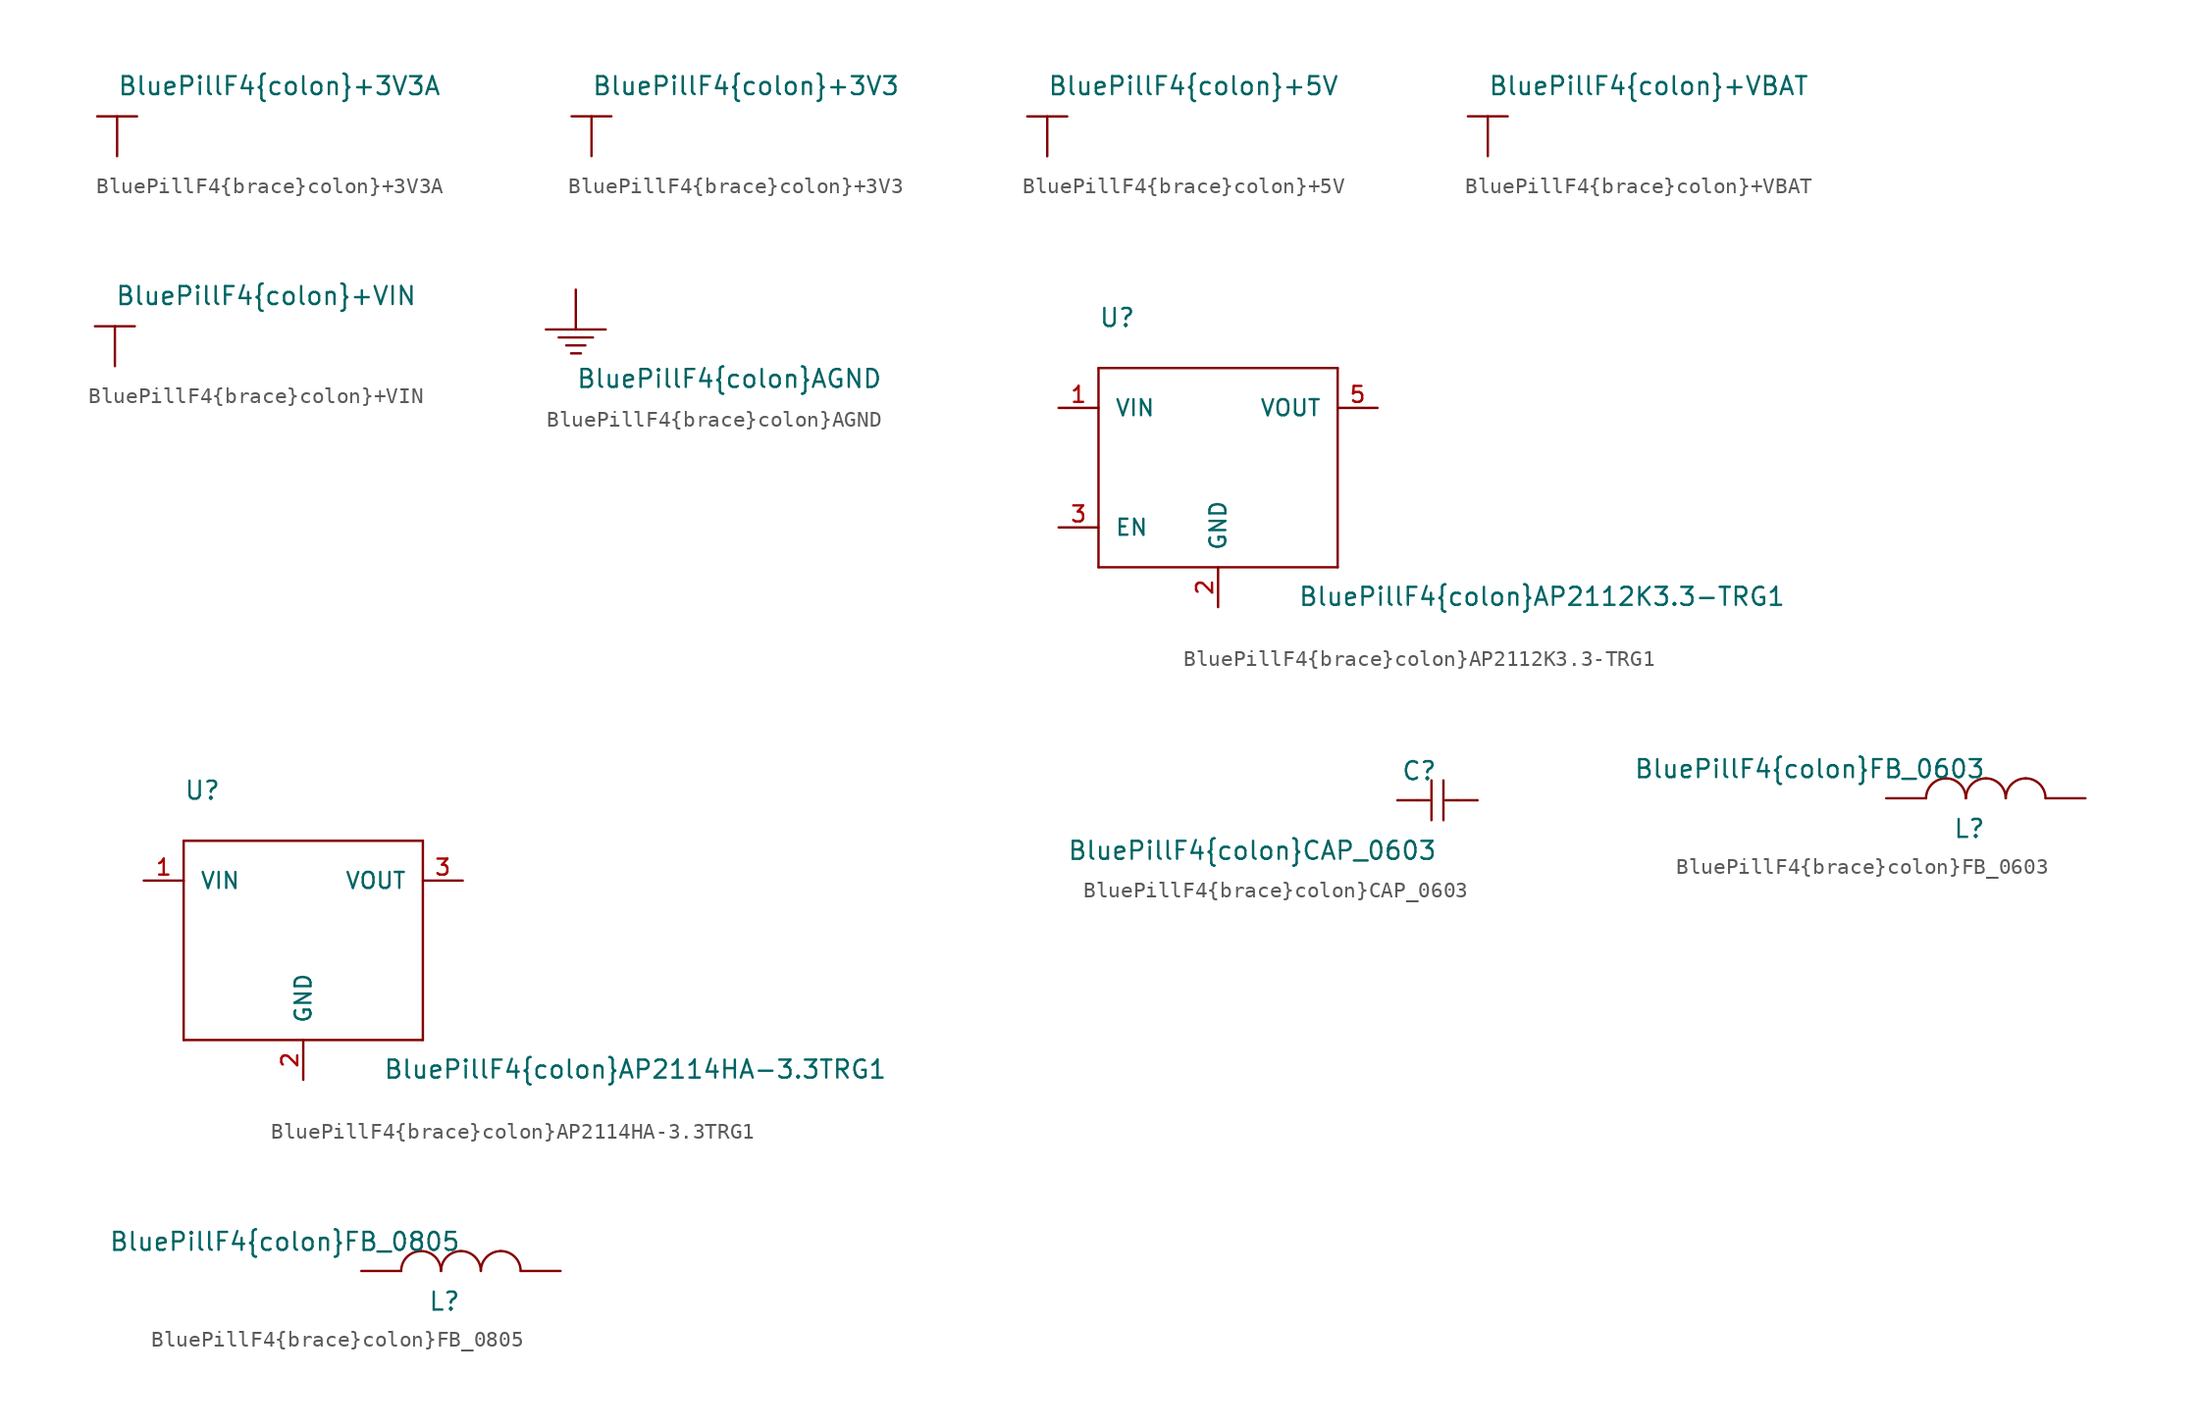
<source format=kicad_sym>
(kicad_symbol_lib
  (version 20211014)
  (generator kicad_symbol_editor)
  (symbol "BluePillF4{brace}colon}+3V3A"
    (power)
    (pin_numbers hide)
    (pin_names
      (offset 1.016) hide)
    (property "Reference" "#SUPPLY"
      (at 0 0 0)
      (effects (font (size 1.143 1.143)) (justify left bottom) hide))
    (property "Value" "BluePillF4{brace}colon}+3V3A"
      (at 0 3.81 0)
      (effects (font (size 1.143 1.143)) (justify left bottom)))
    (property "ki_locked" ""
      (at 0 0 0)
      (effects (font (size 1.27 1.27))))
    (symbol "BluePillF4{brace}colon}+3V3A_1_0"
      (polyline (pts (xy -1.27 2.54) (xy 1.27 2.54)) (stroke (width 0) (type default) (color 0 0 0 0)) (fill (type none)))
      (polyline (pts (xy 0 0) (xy 0 2.54)) (stroke (width 0) (type default) (color 0 0 0 0)) (fill (type none))))
    (symbol "BluePillF4{brace}colon}+3V3A_1_1"
      (pin power_in line (at 0 0 90) (length 2.54) hide (name "+3V3A" (effects (font (size 1.016 1.016)))) (number "~" (effects (font (size 1.016 1.016)))))))
  (symbol "BluePillF4{brace}colon}+3V3"
    (power)
    (pin_numbers hide)
    (pin_names
      (offset 1.016) hide)
    (property "Reference" "#SUPPLY"
      (at 0 0 0)
      (effects (font (size 1.143 1.143)) (justify left bottom) hide))
    (property "Value" "BluePillF4{brace}colon}+3V3"
      (at 0 3.81 0)
      (effects (font (size 1.143 1.143)) (justify left bottom)))
    (property "ki_locked" ""
      (at 0 0 0)
      (effects (font (size 1.27 1.27))))
    (symbol "BluePillF4{brace}colon}+3V3_1_0"
      (polyline (pts (xy -1.27 2.54) (xy 1.27 2.54)) (stroke (width 0) (type default) (color 0 0 0 0)) (fill (type none)))
      (polyline (pts (xy 0 0) (xy 0 2.54)) (stroke (width 0) (type default) (color 0 0 0 0)) (fill (type none))))
    (symbol "BluePillF4{brace}colon}+3V3_1_1"
      (pin power_in line (at 0 0 90) (length 2.54) hide (name "+3V3" (effects (font (size 1.016 1.016)))) (number "~" (effects (font (size 1.016 1.016)))))))
  (symbol "BluePillF4{brace}colon}+5V"
    (power)
    (pin_numbers hide)
    (pin_names
      (offset 1.016) hide)
    (property "Reference" "#SUPPLY"
      (at 0 0 0)
      (effects (font (size 1.143 1.143)) (justify left bottom) hide))
    (property "Value" "BluePillF4{brace}colon}+5V"
      (at 0 3.81 0)
      (effects (font (size 1.143 1.143)) (justify left bottom)))
    (property "ki_locked" ""
      (at 0 0 0)
      (effects (font (size 1.27 1.27))))
    (symbol "BluePillF4{brace}colon}+5V_1_0"
      (polyline (pts (xy -1.27 2.54) (xy 1.27 2.54)) (stroke (width 0) (type default) (color 0 0 0 0)) (fill (type none)))
      (polyline (pts (xy 0 0) (xy 0 2.54)) (stroke (width 0) (type default) (color 0 0 0 0)) (fill (type none))))
    (symbol "BluePillF4{brace}colon}+5V_1_1"
      (pin power_in line (at 0 0 90) (length 2.54) hide (name "+5V" (effects (font (size 1.016 1.016)))) (number "~" (effects (font (size 1.016 1.016)))))))
  (symbol "BluePillF4{brace}colon}+VBAT"
    (power)
    (pin_numbers hide)
    (pin_names
      (offset 1.016) hide)
    (property "Reference" "#SUPPLY"
      (at 0 0 0)
      (effects (font (size 1.143 1.143)) (justify left bottom) hide))
    (property "Value" "BluePillF4{brace}colon}+VBAT"
      (at 0 3.81 0)
      (effects (font (size 1.143 1.143)) (justify left bottom)))
    (property "ki_locked" ""
      (at 0 0 0)
      (effects (font (size 1.27 1.27))))
    (symbol "BluePillF4{brace}colon}+VBAT_1_0"
      (polyline (pts (xy -1.27 2.54) (xy 1.27 2.54)) (stroke (width 0) (type default) (color 0 0 0 0)) (fill (type none)))
      (polyline (pts (xy 0 0) (xy 0 2.54)) (stroke (width 0) (type default) (color 0 0 0 0)) (fill (type none))))
    (symbol "BluePillF4{brace}colon}+VBAT_1_1"
      (pin power_in line (at 0 0 90) (length 2.54) hide (name "+VBAT" (effects (font (size 1.016 1.016)))) (number "~" (effects (font (size 1.016 1.016)))))))
  (symbol "BluePillF4{brace}colon}+VIN"
    (power)
    (pin_numbers hide)
    (pin_names
      (offset 1.016) hide)
    (property "Reference" "#SUPPLY"
      (at 0 0 0)
      (effects (font (size 1.143 1.143)) (justify left bottom) hide))
    (property "Value" "BluePillF4{brace}colon}+VIN"
      (at 0 3.81 0)
      (effects (font (size 1.143 1.143)) (justify left bottom)))
    (property "ki_locked" ""
      (at 0 0 0)
      (effects (font (size 1.27 1.27))))
    (symbol "BluePillF4{brace}colon}+VIN_1_0"
      (polyline (pts (xy -1.27 2.54) (xy 1.27 2.54)) (stroke (width 0) (type default) (color 0 0 0 0)) (fill (type none)))
      (polyline (pts (xy 0 0) (xy 0 2.54)) (stroke (width 0) (type default) (color 0 0 0 0)) (fill (type none))))
    (symbol "BluePillF4{brace}colon}+VIN_1_1"
      (pin power_in line (at 0 0 90) (length 2.54) hide (name "+VIN" (effects (font (size 1.016 1.016)))) (number "~" (effects (font (size 1.016 1.016)))))))
  (symbol "BluePillF4{brace}colon}AGND"
    (power)
    (pin_numbers hide)
    (pin_names
      (offset 1.016) hide)
    (property "Reference" "#SUPPLY"
      (at 0 0 0)
      (effects (font (size 1.143 1.143)) (justify left bottom) hide))
    (property "Value" "BluePillF4{brace}colon}AGND"
      (at 0 -6.35 0)
      (effects (font (size 1.143 1.143)) (justify left bottom)))
    (property "ki_locked" ""
      (at 0 0 0)
      (effects (font (size 1.27 1.27))))
    (symbol "BluePillF4{brace}colon}AGND_1_0"
      (polyline (pts (xy -1.905 -2.54) (xy 1.905 -2.54)) (stroke (width 0) (type default) (color 0 0 0 0)) (fill (type none)))
      (polyline (pts (xy -1.092 -3.048) (xy 1.092 -3.048)) (stroke (width 0) (type default) (color 0 0 0 0)) (fill (type none)))
      (polyline (pts (xy -0.61 -3.556) (xy 0.61 -3.556)) (stroke (width 0) (type default) (color 0 0 0 0)) (fill (type none)))
      (polyline (pts (xy -0.305 -4.064) (xy 0.33 -4.064)) (stroke (width 0) (type default) (color 0 0 0 0)) (fill (type none)))
      (polyline (pts (xy 0 0) (xy 0 -2.54)) (stroke (width 0) (type default) (color 0 0 0 0)) (fill (type none))))
    (symbol "BluePillF4{brace}colon}AGND_1_1"
      (pin power_in line (at 0 0 270) (length 2.54) hide (name "AGND" (effects (font (size 1.016 1.016)))) (number "~" (effects (font (size 1.016 1.016)))))))
  (symbol "BluePillF4{brace}colon}AP2112K3.3-TRG1"
    (pin_names
      (offset 1.016))
    (property "Reference" "U"
      (at -7.62 10.16 0)
      (effects (font (size 1.143 1.143)) (justify left bottom)))
    (property "Value" "BluePillF4{brace}colon}AP2112K3.3-TRG1"
      (at 5.08 -7.62 0)
      (effects (font (size 1.143 1.143)) (justify left bottom)))
    (property "ki_locked" ""
      (at 0 0 0)
      (effects (font (size 1.27 1.27))))
    (symbol "BluePillF4{brace}colon}AP2112K3.3-TRG1_1_0"
      (polyline (pts (xy -7.62 -5.08) (xy -7.62 7.62)) (stroke (width 0) (type default) (color 0 0 0 0)) (fill (type none)))
      (polyline (pts (xy -7.62 7.62) (xy 7.62 7.62)) (stroke (width 0) (type default) (color 0 0 0 0)) (fill (type none)))
      (polyline (pts (xy 7.62 -5.08) (xy -7.62 -5.08)) (stroke (width 0) (type default) (color 0 0 0 0)) (fill (type none)))
      (polyline (pts (xy 7.62 7.62) (xy 7.62 -5.08)) (stroke (width 0) (type default) (color 0 0 0 0)) (fill (type none))))
    (symbol "BluePillF4{brace}colon}AP2112K3.3-TRG1_1_1"
      (pin power_in line (at -10.16 5.08 0) (length 2.54) (name "VIN" (effects (font (size 1.016 1.016)))) (number "1" (effects (font (size 1.016 1.016)))))
      (pin power_in line (at 0 -7.62 90) (length 2.54) (name "GND" (effects (font (size 1.016 1.016)))) (number "2" (effects (font (size 1.016 1.016)))))
      (pin input line (at -10.16 -2.54 0) (length 2.54) (name "EN" (effects (font (size 1.016 1.016)))) (number "3" (effects (font (size 1.016 1.016)))))
      (pin power_out line (at 10.16 5.08 180) (length 2.54) (name "VOUT" (effects (font (size 1.016 1.016)))) (number "5" (effects (font (size 1.016 1.016)))))))
  (symbol "BluePillF4{brace}colon}AP2114HA-3.3TRG1"
    (pin_names
      (offset 1.016))
    (property "Reference" "U"
      (at -7.62 10.16 0)
      (effects (font (size 1.143 1.143)) (justify left bottom)))
    (property "Value" "BluePillF4{brace}colon}AP2114HA-3.3TRG1"
      (at 5.08 -7.62 0)
      (effects (font (size 1.143 1.143)) (justify left bottom)))
    (property "ki_locked" ""
      (at 0 0 0)
      (effects (font (size 1.27 1.27))))
    (symbol "BluePillF4{brace}colon}AP2114HA-3.3TRG1_1_0"
      (polyline (pts (xy -7.62 -5.08) (xy -7.62 7.62)) (stroke (width 0) (type default) (color 0 0 0 0)) (fill (type none)))
      (polyline (pts (xy -7.62 7.62) (xy 7.62 7.62)) (stroke (width 0) (type default) (color 0 0 0 0)) (fill (type none)))
      (polyline (pts (xy 7.62 -5.08) (xy -7.62 -5.08)) (stroke (width 0) (type default) (color 0 0 0 0)) (fill (type none)))
      (polyline (pts (xy 7.62 7.62) (xy 7.62 -5.08)) (stroke (width 0) (type default) (color 0 0 0 0)) (fill (type none))))
    (symbol "BluePillF4{brace}colon}AP2114HA-3.3TRG1_1_1"
      (pin power_in line (at -10.16 5.08 0) (length 2.54) (name "VIN" (effects (font (size 1.016 1.016)))) (number "1" (effects (font (size 1.016 1.016)))))
      (pin power_in line (at 0 -7.62 90) (length 2.54) (name "GND" (effects (font (size 1.016 1.016)))) (number "2" (effects (font (size 1.016 1.016)))))
      (pin power_out line (at 10.16 5.08 180) (length 2.54) (name "VOUT" (effects (font (size 1.016 1.016)))) (number "3" (effects (font (size 1.016 1.016)))))
      (pin power_in line (at 0 -7.62 90) (length 2.54) hide (name "GND" (effects (font (size 1.016 1.016)))) (number "PAD" (effects (font (size 1.016 1.016)))))))
  (symbol "BluePillF4{brace}colon}CAP_0603"
    (pin_numbers hide)
    (pin_names
      (offset 1.016) hide)
    (property "Reference" "C"
      (at 0 2.54 0)
      (effects (font (size 1.143 1.143)) (justify right top)))
    (property "Value" "BluePillF4{brace}colon}CAP_0603"
      (at 0 -2.54 0)
      (effects (font (size 1.143 1.143)) (justify right top)))
    (property "ki_locked" ""
      (at 0 0 0)
      (effects (font (size 1.27 1.27))))
    (symbol "BluePillF4{brace}colon}CAP_0603_1_0"
      (polyline (pts (xy -1.27 0) (xy -2.54 0)) (stroke (width 0) (type default) (color 0 0 0 0)) (fill (type none)))
      (polyline (pts (xy -1.27 0) (xy -0.508 0)) (stroke (width 0) (type default) (color 0 0 0 0)) (fill (type none)))
      (polyline (pts (xy -0.381 -1.27) (xy -0.381 1.27)) (stroke (width 0) (type default) (color 0 0 0 0)) (fill (type none)))
      (polyline (pts (xy 0.381 -1.27) (xy 0.381 1.27)) (stroke (width 0) (type default) (color 0 0 0 0)) (fill (type none)))
      (polyline (pts (xy 1.27 0) (xy 0.508 0)) (stroke (width 0) (type default) (color 0 0 0 0)) (fill (type none)))
      (polyline (pts (xy 1.27 0) (xy 2.54 0)) (stroke (width 0) (type default) (color 0 0 0 0)) (fill (type none))))
    (symbol "BluePillF4{brace}colon}CAP_0603_1_1"
      (pin passive line (at -2.54 0 0) (length 0) (name "1" (effects (font (size 1.016 1.016)))) (number "1" (effects (font (size 1.016 1.016)))))
      (pin passive line (at 2.54 0 180) (length 0) (name "2" (effects (font (size 1.016 1.016)))) (number "2" (effects (font (size 1.016 1.016)))))))
  (symbol "BluePillF4{brace}colon}FB_0603"
    (pin_numbers hide)
    (pin_names
      (offset 1.016) hide)
    (property "Reference" "L"
      (at 1.27 -1.27 0)
      (effects (font (size 1.143 1.143)) (justify right top)))
    (property "Value" "BluePillF4{brace}colon}FB_0603"
      (at 1.27 2.54 0)
      (effects (font (size 1.143 1.143)) (justify right top)))
    (property "ki_locked" ""
      (at 0 0 0)
      (effects (font (size 1.27 1.27))))
    (symbol "BluePillF4{brace}colon}FB_0603_1_1"
      (arc (start -1.27 1.27) (mid -2.168 0.898) (end -2.54 0) (stroke (width 0) (type default) (color 0 0 0 0)) (fill (type none)))
      (arc (start 0 0) (mid -0.372 0.898) (end -1.27 1.27) (stroke (width 0) (type default) (color 0 0 0 0)) (fill (type none)))
      (arc (start 1.27 1.27) (mid 0.372 0.898) (end 0 0) (stroke (width 0) (type default) (color 0 0 0 0)) (fill (type none)))
      (arc (start 2.54 0) (mid 2.168 0.898) (end 1.27 1.27) (stroke (width 0) (type default) (color 0 0 0 0)) (fill (type none)))
      (arc (start 3.81 1.27) (mid 2.912 0.898) (end 2.54 0) (stroke (width 0) (type default) (color 0 0 0 0)) (fill (type none)))
      (arc (start 5.08 0) (mid 4.708 0.898) (end 3.81 1.27) (stroke (width 0) (type default) (color 0 0 0 0)) (fill (type none)))
      (pin passive line (at -5.08 0 0) (length 2.54) (name "1" (effects (font (size 1.016 1.016)))) (number "1" (effects (font (size 1.016 1.016)))))
      (pin passive line (at 7.62 0 180) (length 2.54) (name "2" (effects (font (size 1.016 1.016)))) (number "2" (effects (font (size 1.016 1.016)))))))
  (symbol "BluePillF4{brace}colon}FB_0805"
    (pin_numbers hide)
    (pin_names
      (offset 1.016) hide)
    (property "Reference" "L"
      (at 1.27 -1.27 0)
      (effects (font (size 1.143 1.143)) (justify right top)))
    (property "Value" "BluePillF4{brace}colon}FB_0805"
      (at 1.27 2.54 0)
      (effects (font (size 1.143 1.143)) (justify right top)))
    (property "ki_locked" ""
      (at 0 0 0)
      (effects (font (size 1.27 1.27))))
    (symbol "BluePillF4{brace}colon}FB_0805_1_1"
      (arc (start -1.27 1.27) (mid -2.168 0.898) (end -2.54 0) (stroke (width 0) (type default) (color 0 0 0 0)) (fill (type none)))
      (arc (start 0 0) (mid -0.372 0.898) (end -1.27 1.27) (stroke (width 0) (type default) (color 0 0 0 0)) (fill (type none)))
      (arc (start 1.27 1.27) (mid 0.372 0.898) (end 0 0) (stroke (width 0) (type default) (color 0 0 0 0)) (fill (type none)))
      (arc (start 2.54 0) (mid 2.168 0.898) (end 1.27 1.27) (stroke (width 0) (type default) (color 0 0 0 0)) (fill (type none)))
      (arc (start 3.81 1.27) (mid 2.912 0.898) (end 2.54 0) (stroke (width 0) (type default) (color 0 0 0 0)) (fill (type none)))
      (arc (start 5.08 0) (mid 4.708 0.898) (end 3.81 1.27) (stroke (width 0) (type default) (color 0 0 0 0)) (fill (type none)))
      (pin passive line (at -5.08 0 0) (length 2.54) (name "1" (effects (font (size 1.016 1.016)))) (number "1" (effects (font (size 1.016 1.016)))))
      (pin passive line (at 7.62 0 180) (length 2.54) (name "2" (effects (font (size 1.016 1.016)))) (number "2" (effects (font (size 1.016 1.016))))))))
</source>
